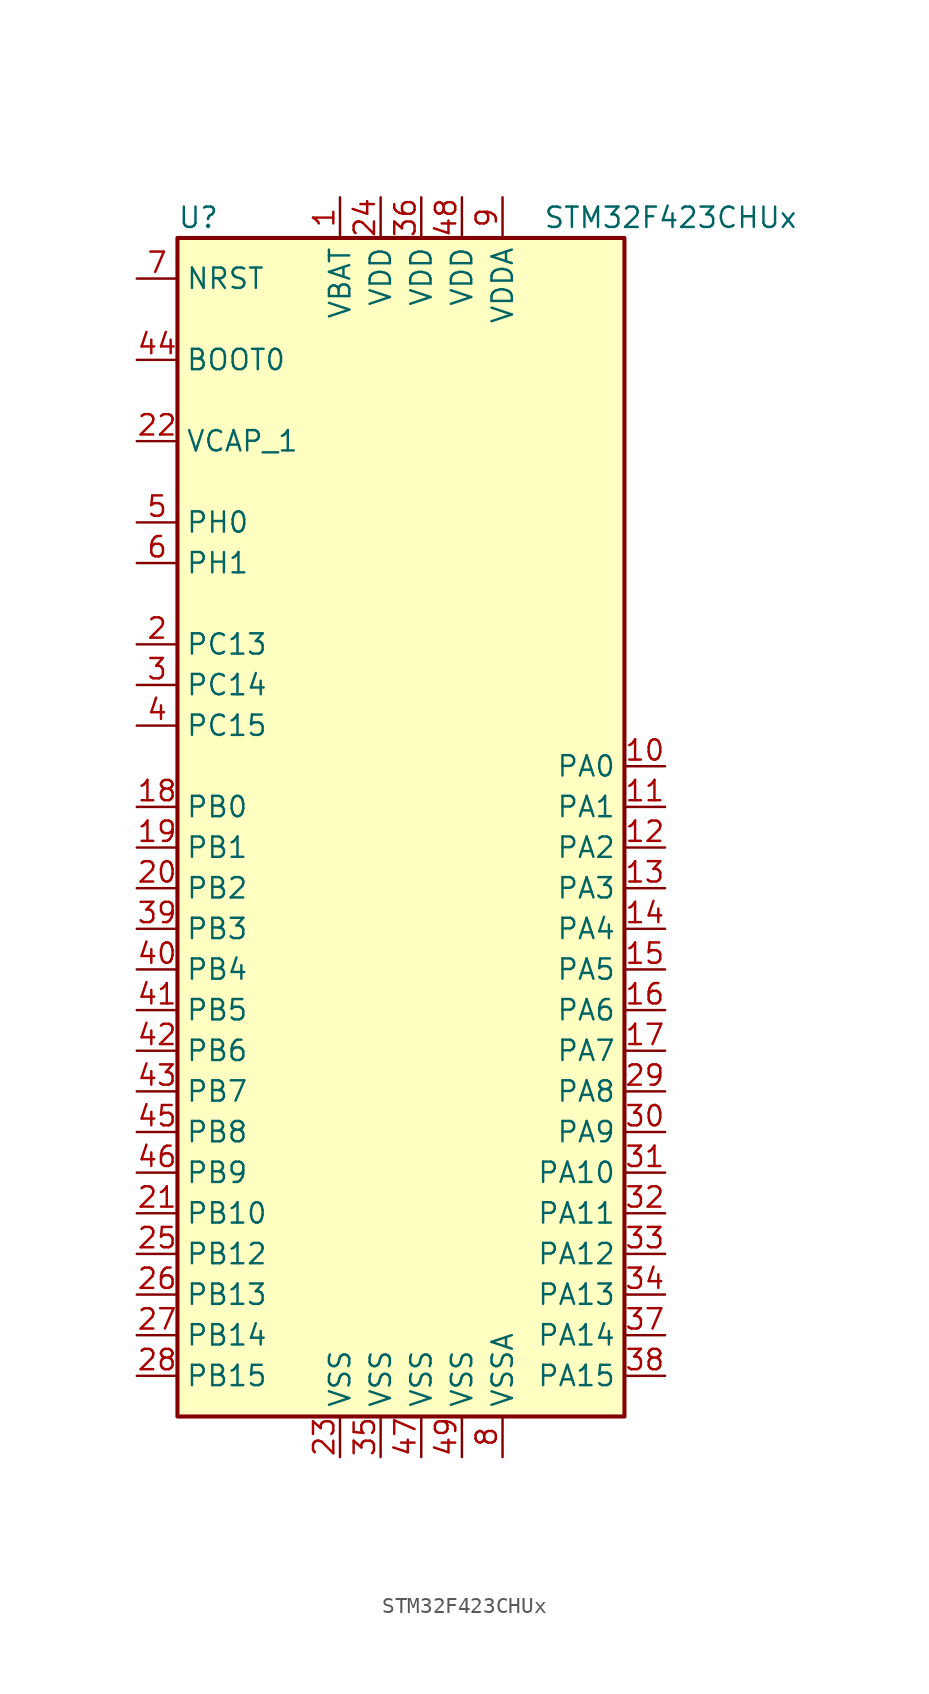
<source format=kicad_sym>
(kicad_symbol_lib
  (version 20201005)
  (generator kicad_symbol_editor)
  (symbol "MCU_ST_STM32F4:STM32F423CHUx"
    (property "Reference" "U"
      (at -15.24 36.83 0)
      (effects (font (size 1.27 1.27)) (justify left)))
    (property "Value" "STM32F423CHUx"
      (at 7.62 36.83 0)
      (effects (font (size 1.27 1.27)) (justify left)))
    (symbol "STM32F423CHUx_0_1"
      (rectangle (start -15.24 -38.1) (end 12.7 35.56) (stroke (width 0.254)) (fill (type background))))
    (symbol "STM32F423CHUx_1_1"
      (pin input line (at -17.78 27.94 0) (length 2.54) (name "BOOT0" (effects (font (size 1.27 1.27)))) (number "44" (effects (font (size 1.27 1.27)))))
      (pin input line (at -17.78 33.02 0) (length 2.54) (name "NRST" (effects (font (size 1.27 1.27)))) (number "7" (effects (font (size 1.27 1.27)))))
      (pin bidirectional line (at 15.24 2.54 180) (length 2.54) (name "PA0" (effects (font (size 1.27 1.27)))) (number "10" (effects (font (size 1.27 1.27)))))
      (pin bidirectional line (at 15.24 0 180) (length 2.54) (name "PA1" (effects (font (size 1.27 1.27)))) (number "11" (effects (font (size 1.27 1.27)))))
      (pin bidirectional line (at 15.24 -22.86 180) (length 2.54) (name "PA10" (effects (font (size 1.27 1.27)))) (number "31" (effects (font (size 1.27 1.27)))))
      (pin bidirectional line (at 15.24 -25.4 180) (length 2.54) (name "PA11" (effects (font (size 1.27 1.27)))) (number "32" (effects (font (size 1.27 1.27)))))
      (pin bidirectional line (at 15.24 -27.94 180) (length 2.54) (name "PA12" (effects (font (size 1.27 1.27)))) (number "33" (effects (font (size 1.27 1.27)))))
      (pin bidirectional line (at 15.24 -30.48 180) (length 2.54) (name "PA13" (effects (font (size 1.27 1.27)))) (number "34" (effects (font (size 1.27 1.27)))))
      (pin bidirectional line (at 15.24 -33.02 180) (length 2.54) (name "PA14" (effects (font (size 1.27 1.27)))) (number "37" (effects (font (size 1.27 1.27)))))
      (pin bidirectional line (at 15.24 -35.56 180) (length 2.54) (name "PA15" (effects (font (size 1.27 1.27)))) (number "38" (effects (font (size 1.27 1.27)))))
      (pin bidirectional line (at 15.24 -2.54 180) (length 2.54) (name "PA2" (effects (font (size 1.27 1.27)))) (number "12" (effects (font (size 1.27 1.27)))))
      (pin bidirectional line (at 15.24 -5.08 180) (length 2.54) (name "PA3" (effects (font (size 1.27 1.27)))) (number "13" (effects (font (size 1.27 1.27)))))
      (pin bidirectional line (at 15.24 -7.62 180) (length 2.54) (name "PA4" (effects (font (size 1.27 1.27)))) (number "14" (effects (font (size 1.27 1.27)))))
      (pin bidirectional line (at 15.24 -10.16 180) (length 2.54) (name "PA5" (effects (font (size 1.27 1.27)))) (number "15" (effects (font (size 1.27 1.27)))))
      (pin bidirectional line (at 15.24 -12.7 180) (length 2.54) (name "PA6" (effects (font (size 1.27 1.27)))) (number "16" (effects (font (size 1.27 1.27)))))
      (pin bidirectional line (at 15.24 -15.24 180) (length 2.54) (name "PA7" (effects (font (size 1.27 1.27)))) (number "17" (effects (font (size 1.27 1.27)))))
      (pin bidirectional line (at 15.24 -17.78 180) (length 2.54) (name "PA8" (effects (font (size 1.27 1.27)))) (number "29" (effects (font (size 1.27 1.27)))))
      (pin bidirectional line (at 15.24 -20.32 180) (length 2.54) (name "PA9" (effects (font (size 1.27 1.27)))) (number "30" (effects (font (size 1.27 1.27)))))
      (pin bidirectional line (at -17.78 0 0) (length 2.54) (name "PB0" (effects (font (size 1.27 1.27)))) (number "18" (effects (font (size 1.27 1.27)))))
      (pin bidirectional line (at -17.78 -2.54 0) (length 2.54) (name "PB1" (effects (font (size 1.27 1.27)))) (number "19" (effects (font (size 1.27 1.27)))))
      (pin bidirectional line (at -17.78 -25.4 0) (length 2.54) (name "PB10" (effects (font (size 1.27 1.27)))) (number "21" (effects (font (size 1.27 1.27)))))
      (pin bidirectional line (at -17.78 -27.94 0) (length 2.54) (name "PB12" (effects (font (size 1.27 1.27)))) (number "25" (effects (font (size 1.27 1.27)))))
      (pin bidirectional line (at -17.78 -30.48 0) (length 2.54) (name "PB13" (effects (font (size 1.27 1.27)))) (number "26" (effects (font (size 1.27 1.27)))))
      (pin bidirectional line (at -17.78 -33.02 0) (length 2.54) (name "PB14" (effects (font (size 1.27 1.27)))) (number "27" (effects (font (size 1.27 1.27)))))
      (pin bidirectional line (at -17.78 -35.56 0) (length 2.54) (name "PB15" (effects (font (size 1.27 1.27)))) (number "28" (effects (font (size 1.27 1.27)))))
      (pin bidirectional line (at -17.78 -5.08 0) (length 2.54) (name "PB2" (effects (font (size 1.27 1.27)))) (number "20" (effects (font (size 1.27 1.27)))))
      (pin bidirectional line (at -17.78 -7.62 0) (length 2.54) (name "PB3" (effects (font (size 1.27 1.27)))) (number "39" (effects (font (size 1.27 1.27)))))
      (pin bidirectional line (at -17.78 -10.16 0) (length 2.54) (name "PB4" (effects (font (size 1.27 1.27)))) (number "40" (effects (font (size 1.27 1.27)))))
      (pin bidirectional line (at -17.78 -12.7 0) (length 2.54) (name "PB5" (effects (font (size 1.27 1.27)))) (number "41" (effects (font (size 1.27 1.27)))))
      (pin bidirectional line (at -17.78 -15.24 0) (length 2.54) (name "PB6" (effects (font (size 1.27 1.27)))) (number "42" (effects (font (size 1.27 1.27)))))
      (pin bidirectional line (at -17.78 -17.78 0) (length 2.54) (name "PB7" (effects (font (size 1.27 1.27)))) (number "43" (effects (font (size 1.27 1.27)))))
      (pin bidirectional line (at -17.78 -20.32 0) (length 2.54) (name "PB8" (effects (font (size 1.27 1.27)))) (number "45" (effects (font (size 1.27 1.27)))))
      (pin bidirectional line (at -17.78 -22.86 0) (length 2.54) (name "PB9" (effects (font (size 1.27 1.27)))) (number "46" (effects (font (size 1.27 1.27)))))
      (pin bidirectional line (at -17.78 10.16 0) (length 2.54) (name "PC13" (effects (font (size 1.27 1.27)))) (number "2" (effects (font (size 1.27 1.27)))))
      (pin bidirectional line (at -17.78 7.62 0) (length 2.54) (name "PC14" (effects (font (size 1.27 1.27)))) (number "3" (effects (font (size 1.27 1.27)))))
      (pin bidirectional line (at -17.78 5.08 0) (length 2.54) (name "PC15" (effects (font (size 1.27 1.27)))) (number "4" (effects (font (size 1.27 1.27)))))
      (pin input line (at -17.78 17.78 0) (length 2.54) (name "PH0" (effects (font (size 1.27 1.27)))) (number "5" (effects (font (size 1.27 1.27)))))
      (pin input line (at -17.78 15.24 0) (length 2.54) (name "PH1" (effects (font (size 1.27 1.27)))) (number "6" (effects (font (size 1.27 1.27)))))
      (pin power_in line (at -5.08 38.1 270) (length 2.54) (name "VBAT" (effects (font (size 1.27 1.27)))) (number "1" (effects (font (size 1.27 1.27)))))
      (pin power_in line (at -17.78 22.86 0) (length 2.54) (name "VCAP_1" (effects (font (size 1.27 1.27)))) (number "22" (effects (font (size 1.27 1.27)))))
      (pin power_in line (at -2.54 38.1 270) (length 2.54) (name "VDD" (effects (font (size 1.27 1.27)))) (number "24" (effects (font (size 1.27 1.27)))))
      (pin power_in line (at 0 38.1 270) (length 2.54) (name "VDD" (effects (font (size 1.27 1.27)))) (number "36" (effects (font (size 1.27 1.27)))))
      (pin power_in line (at 2.54 38.1 270) (length 2.54) (name "VDD" (effects (font (size 1.27 1.27)))) (number "48" (effects (font (size 1.27 1.27)))))
      (pin power_in line (at 5.08 38.1 270) (length 2.54) (name "VDDA" (effects (font (size 1.27 1.27)))) (number "9" (effects (font (size 1.27 1.27)))))
      (pin power_in line (at -5.08 -40.64 90) (length 2.54) (name "VSS" (effects (font (size 1.27 1.27)))) (number "23" (effects (font (size 1.27 1.27)))))
      (pin power_in line (at -2.54 -40.64 90) (length 2.54) (name "VSS" (effects (font (size 1.27 1.27)))) (number "35" (effects (font (size 1.27 1.27)))))
      (pin power_in line (at 0 -40.64 90) (length 2.54) (name "VSS" (effects (font (size 1.27 1.27)))) (number "47" (effects (font (size 1.27 1.27)))))
      (pin power_in line (at 2.54 -40.64 90) (length 2.54) (name "VSS" (effects (font (size 1.27 1.27)))) (number "49" (effects (font (size 1.27 1.27)))))
      (pin power_in line (at 5.08 -40.64 90) (length 2.54) (name "VSSA" (effects (font (size 1.27 1.27)))) (number "8" (effects (font (size 1.27 1.27))))))))
</source>
